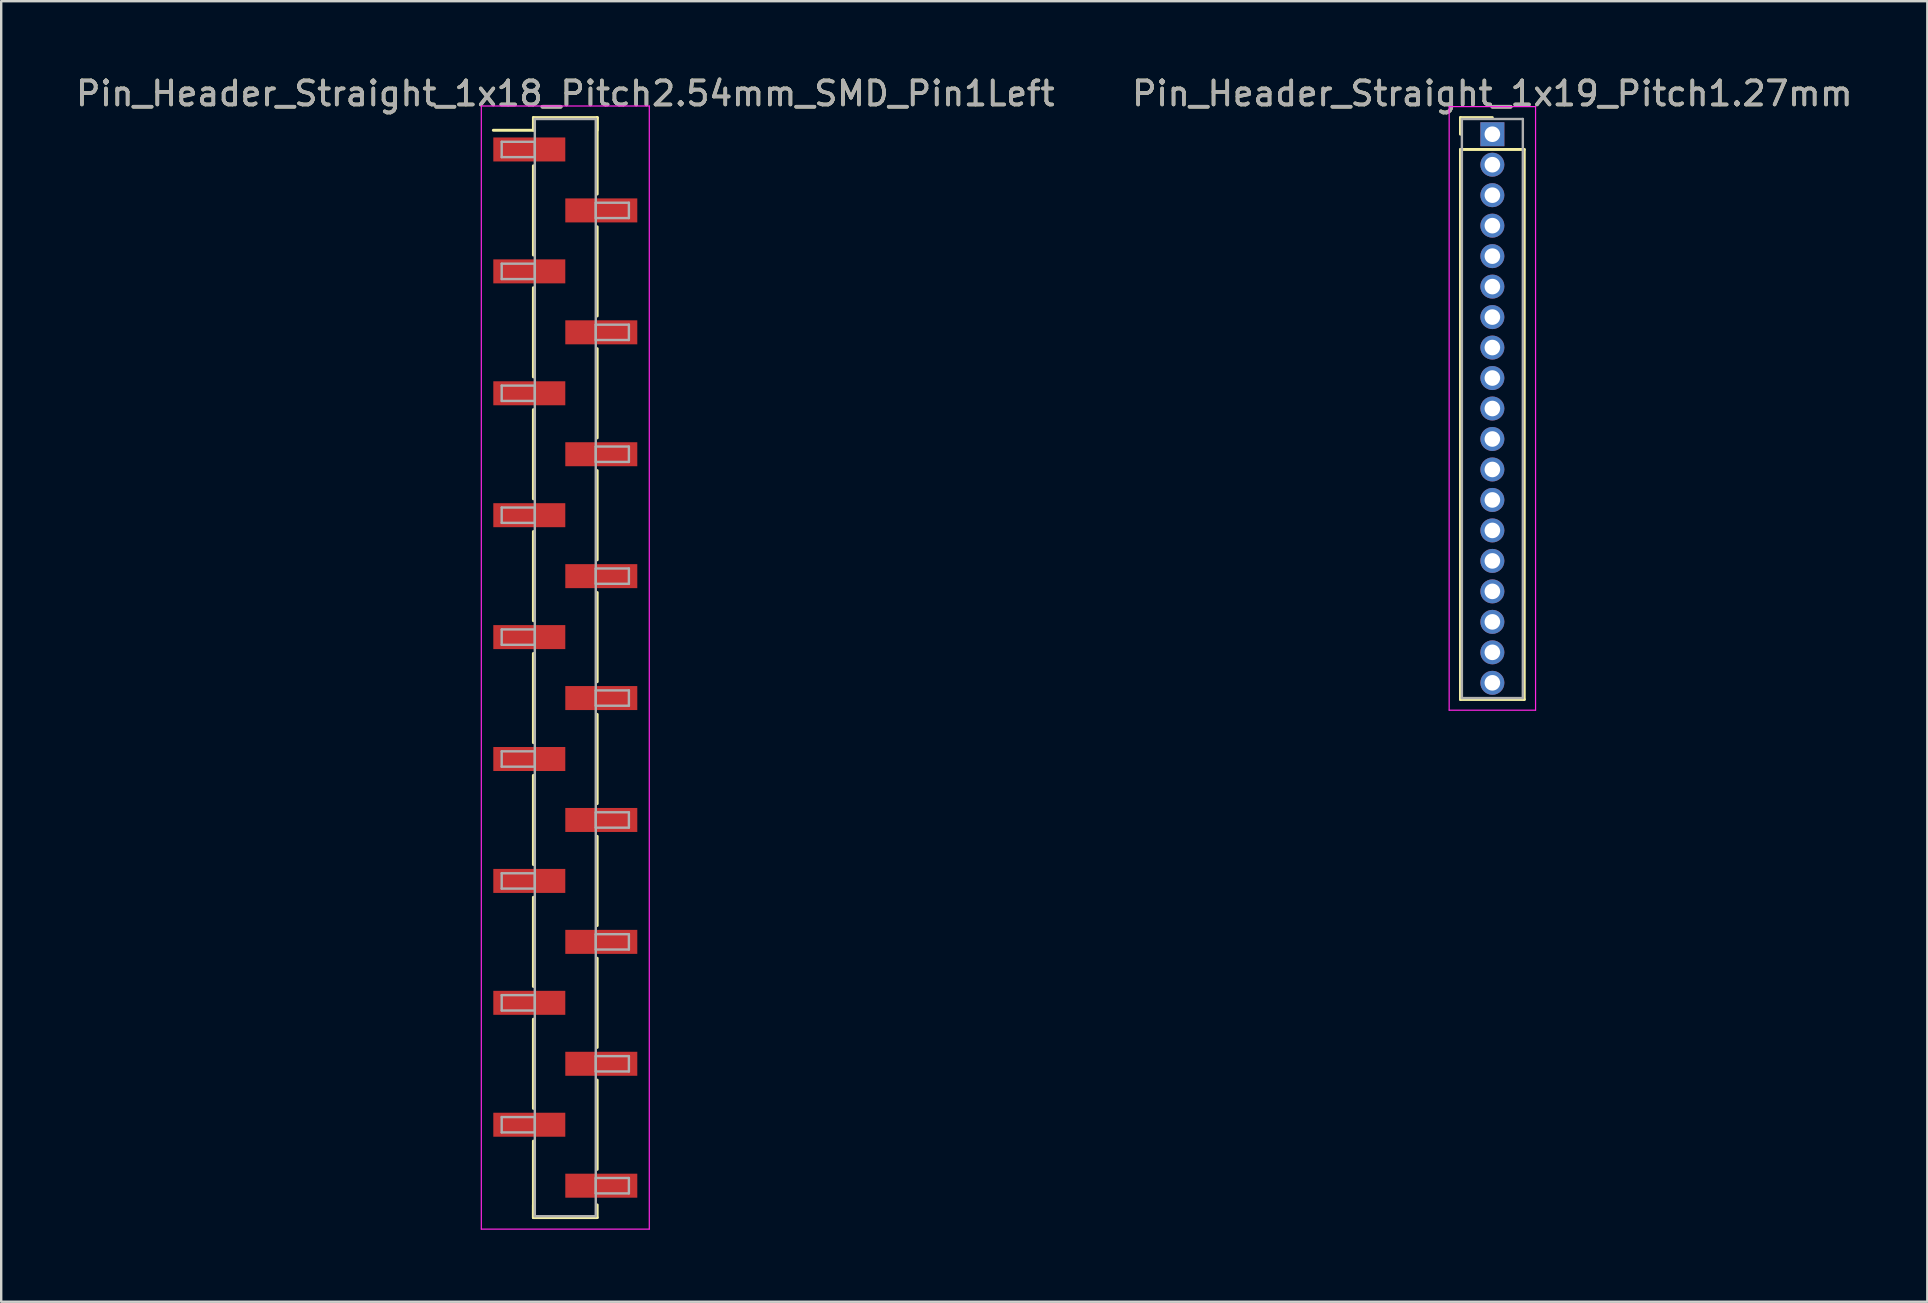
<source format=kicad_pcb>
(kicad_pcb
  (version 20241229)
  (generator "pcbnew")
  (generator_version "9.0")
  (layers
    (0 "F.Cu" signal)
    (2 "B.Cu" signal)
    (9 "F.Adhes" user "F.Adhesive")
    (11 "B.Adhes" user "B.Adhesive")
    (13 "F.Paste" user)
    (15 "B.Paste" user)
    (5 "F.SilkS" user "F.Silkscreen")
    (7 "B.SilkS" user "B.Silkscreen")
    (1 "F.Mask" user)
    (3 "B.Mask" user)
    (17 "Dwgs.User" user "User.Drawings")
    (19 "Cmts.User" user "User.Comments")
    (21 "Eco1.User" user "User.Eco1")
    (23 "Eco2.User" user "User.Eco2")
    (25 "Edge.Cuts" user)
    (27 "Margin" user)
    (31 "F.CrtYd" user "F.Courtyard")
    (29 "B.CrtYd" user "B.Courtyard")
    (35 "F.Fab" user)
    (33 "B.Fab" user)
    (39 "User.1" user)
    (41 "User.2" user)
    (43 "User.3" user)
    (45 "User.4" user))
  (footprint "Pin_Header_Straight_1x18_Pitch2.54mm_SMD_Pin1Left"
    (layer "F.Cu")
    (at 20.506 24.768)
    (property "Reference" "Pin_Header_Straight_1x18_Pitch2.54mm_SMD_Pin1Left" (at 0 -23.92 0) (layer "F.SilkS") (effects (font (size 1 1) (thickness 0.15))))
    (attr smd)
    (fp_line (start -1.33 -22.92) (end 1.33 -22.92) (stroke (width 0.12) (type solid)) (layer "F.SilkS"))
    (fp_line (start -1.33 -22.39) (end -3 -22.39) (stroke (width 0.12) (type solid)) (layer "F.SilkS"))
    (fp_line (start -1.33 -22.39) (end -1.33 -22.92) (stroke (width 0.12) (type solid)) (layer "F.SilkS"))
    (fp_line (start -1.33 -20.91) (end -1.33 -17.19) (stroke (width 0.12) (type solid)) (layer "F.SilkS"))
    (fp_line (start -1.33 -15.83) (end -1.33 -12.11) (stroke (width 0.12) (type solid)) (layer "F.SilkS"))
    (fp_line (start -1.33 -10.75) (end -1.33 -7.03) (stroke (width 0.12) (type solid)) (layer "F.SilkS"))
    (fp_line (start -1.33 -5.67) (end -1.33 -1.95) (stroke (width 0.12) (type solid)) (layer "F.SilkS"))
    (fp_line (start -1.33 -0.59) (end -1.33 3.13) (stroke (width 0.12) (type solid)) (layer "F.SilkS"))
    (fp_line (start -1.33 4.49) (end -1.33 8.21) (stroke (width 0.12) (type solid)) (layer "F.SilkS"))
    (fp_line (start -1.33 9.57) (end -1.33 13.29) (stroke (width 0.12) (type solid)) (layer "F.SilkS"))
    (fp_line (start -1.33 14.65) (end -1.33 18.37) (stroke (width 0.12) (type solid)) (layer "F.SilkS"))
    (fp_line (start -1.33 19.73) (end -1.33 22.92) (stroke (width 0.12) (type solid)) (layer "F.SilkS"))
    (fp_line (start -1.33 22.39) (end -1.33 22.92) (stroke (width 0.12) (type solid)) (layer "F.SilkS"))
    (fp_line (start -1.33 22.92) (end 1.33 22.92) (stroke (width 0.12) (type solid)) (layer "F.SilkS"))
    (fp_line (start 1.33 -22.92) (end 1.33 -22.39) (stroke (width 0.12) (type solid)) (layer "F.SilkS"))
    (fp_line (start 1.33 -22.92) (end 1.33 -19.73) (stroke (width 0.12) (type solid)) (layer "F.SilkS"))
    (fp_line (start 1.33 -18.37) (end 1.33 -14.65) (stroke (width 0.12) (type solid)) (layer "F.SilkS"))
    (fp_line (start 1.33 -13.29) (end 1.33 -9.57) (stroke (width 0.12) (type solid)) (layer "F.SilkS"))
    (fp_line (start 1.33 -8.21) (end 1.33 -4.49) (stroke (width 0.12) (type solid)) (layer "F.SilkS"))
    (fp_line (start 1.33 -3.13) (end 1.33 0.59) (stroke (width 0.12) (type solid)) (layer "F.SilkS"))
    (fp_line (start 1.33 1.95) (end 1.33 5.67) (stroke (width 0.12) (type solid)) (layer "F.SilkS"))
    (fp_line (start 1.33 7.03) (end 1.33 10.75) (stroke (width 0.12) (type solid)) (layer "F.SilkS"))
    (fp_line (start 1.33 12.11) (end 1.33 15.83) (stroke (width 0.12) (type solid)) (layer "F.SilkS"))
    (fp_line (start 1.33 17.19) (end 1.33 20.91) (stroke (width 0.12) (type solid)) (layer "F.SilkS"))
    (fp_line (start 1.33 22.92) (end 1.33 22.39) (stroke (width 0.12) (type solid)) (layer "F.SilkS"))
    (fp_line (start -3.5 -23.4) (end -3.5 23.4) (stroke (width 0.05) (type solid)) (layer "F.CrtYd"))
    (fp_line (start -3.5 23.4) (end 3.5 23.4) (stroke (width 0.05) (type solid)) (layer "F.CrtYd"))
    (fp_line (start 3.5 -23.4) (end -3.5 -23.4) (stroke (width 0.05) (type solid)) (layer "F.CrtYd"))
    (fp_line (start 3.5 23.4) (end 3.5 -23.4) (stroke (width 0.05) (type solid)) (layer "F.CrtYd"))
    (fp_line (start -2.65 -21.91) (end -1.27 -21.91) (stroke (width 0.1) (type solid)) (layer "F.Fab"))
    (fp_line (start -2.65 -21.27) (end -2.65 -21.91) (stroke (width 0.1) (type solid)) (layer "F.Fab"))
    (fp_line (start -2.65 -16.83) (end -1.27 -16.83) (stroke (width 0.1) (type solid)) (layer "F.Fab"))
    (fp_line (start -2.65 -16.19) (end -2.65 -16.83) (stroke (width 0.1) (type solid)) (layer "F.Fab"))
    (fp_line (start -2.65 -11.75) (end -1.27 -11.75) (stroke (width 0.1) (type solid)) (layer "F.Fab"))
    (fp_line (start -2.65 -11.11) (end -2.65 -11.75) (stroke (width 0.1) (type solid)) (layer "F.Fab"))
    (fp_line (start -2.65 -6.67) (end -1.27 -6.67) (stroke (width 0.1) (type solid)) (layer "F.Fab"))
    (fp_line (start -2.65 -6.03) (end -2.65 -6.67) (stroke (width 0.1) (type solid)) (layer "F.Fab"))
    (fp_line (start -2.65 -1.59) (end -1.27 -1.59) (stroke (width 0.1) (type solid)) (layer "F.Fab"))
    (fp_line (start -2.65 -0.95) (end -2.65 -1.59) (stroke (width 0.1) (type solid)) (layer "F.Fab"))
    (fp_line (start -2.65 3.49) (end -1.27 3.49) (stroke (width 0.1) (type solid)) (layer "F.Fab"))
    (fp_line (start -2.65 4.13) (end -2.65 3.49) (stroke (width 0.1) (type solid)) (layer "F.Fab"))
    (fp_line (start -2.65 8.57) (end -1.27 8.57) (stroke (width 0.1) (type solid)) (layer "F.Fab"))
    (fp_line (start -2.65 9.21) (end -2.65 8.57) (stroke (width 0.1) (type solid)) (layer "F.Fab"))
    (fp_line (start -2.65 13.65) (end -1.27 13.65) (stroke (width 0.1) (type solid)) (layer "F.Fab"))
    (fp_line (start -2.65 14.29) (end -2.65 13.65) (stroke (width 0.1) (type solid)) (layer "F.Fab"))
    (fp_line (start -2.65 18.73) (end -1.27 18.73) (stroke (width 0.1) (type solid)) (layer "F.Fab"))
    (fp_line (start -2.65 19.37) (end -2.65 18.73) (stroke (width 0.1) (type solid)) (layer "F.Fab"))
    (fp_line (start -1.27 -22.86) (end -1.27 22.86) (stroke (width 0.1) (type solid)) (layer "F.Fab"))
    (fp_line (start -1.27 -21.91) (end -1.27 -21.27) (stroke (width 0.1) (type solid)) (layer "F.Fab"))
    (fp_line (start -1.27 -21.27) (end -2.65 -21.27) (stroke (width 0.1) (type solid)) (layer "F.Fab"))
    (fp_line (start -1.27 -16.83) (end -1.27 -16.19) (stroke (width 0.1) (type solid)) (layer "F.Fab"))
    (fp_line (start -1.27 -16.19) (end -2.65 -16.19) (stroke (width 0.1) (type solid)) (layer "F.Fab"))
    (fp_line (start -1.27 -11.75) (end -1.27 -11.11) (stroke (width 0.1) (type solid)) (layer "F.Fab"))
    (fp_line (start -1.27 -11.11) (end -2.65 -11.11) (stroke (width 0.1) (type solid)) (layer "F.Fab"))
    (fp_line (start -1.27 -6.67) (end -1.27 -6.03) (stroke (width 0.1) (type solid)) (layer "F.Fab"))
    (fp_line (start -1.27 -6.03) (end -2.65 -6.03) (stroke (width 0.1) (type solid)) (layer "F.Fab"))
    (fp_line (start -1.27 -1.59) (end -1.27 -0.95) (stroke (width 0.1) (type solid)) (layer "F.Fab"))
    (fp_line (start -1.27 -0.95) (end -2.65 -0.95) (stroke (width 0.1) (type solid)) (layer "F.Fab"))
    (fp_line (start -1.27 3.49) (end -1.27 4.13) (stroke (width 0.1) (type solid)) (layer "F.Fab"))
    (fp_line (start -1.27 4.13) (end -2.65 4.13) (stroke (width 0.1) (type solid)) (layer "F.Fab"))
    (fp_line (start -1.27 8.57) (end -1.27 9.21) (stroke (width 0.1) (type solid)) (layer "F.Fab"))
    (fp_line (start -1.27 9.21) (end -2.65 9.21) (stroke (width 0.1) (type solid)) (layer "F.Fab"))
    (fp_line (start -1.27 13.65) (end -1.27 14.29) (stroke (width 0.1) (type solid)) (layer "F.Fab"))
    (fp_line (start -1.27 14.29) (end -2.65 14.29) (stroke (width 0.1) (type solid)) (layer "F.Fab"))
    (fp_line (start -1.27 18.73) (end -1.27 19.37) (stroke (width 0.1) (type solid)) (layer "F.Fab"))
    (fp_line (start -1.27 19.37) (end -2.65 19.37) (stroke (width 0.1) (type solid)) (layer "F.Fab"))
    (fp_line (start -1.27 22.86) (end 1.27 22.86) (stroke (width 0.1) (type solid)) (layer "F.Fab"))
    (fp_line (start 1.27 -22.86) (end -1.27 -22.86) (stroke (width 0.1) (type solid)) (layer "F.Fab"))
    (fp_line (start 1.27 -19.37) (end 1.27 -18.73) (stroke (width 0.1) (type solid)) (layer "F.Fab"))
    (fp_line (start 1.27 -18.73) (end 2.65 -18.73) (stroke (width 0.1) (type solid)) (layer "F.Fab"))
    (fp_line (start 1.27 -14.29) (end 1.27 -13.65) (stroke (width 0.1) (type solid)) (layer "F.Fab"))
    (fp_line (start 1.27 -13.65) (end 2.65 -13.65) (stroke (width 0.1) (type solid)) (layer "F.Fab"))
    (fp_line (start 1.27 -9.21) (end 1.27 -8.57) (stroke (width 0.1) (type solid)) (layer "F.Fab"))
    (fp_line (start 1.27 -8.57) (end 2.65 -8.57) (stroke (width 0.1) (type solid)) (layer "F.Fab"))
    (fp_line (start 1.27 -4.13) (end 1.27 -3.49) (stroke (width 0.1) (type solid)) (layer "F.Fab"))
    (fp_line (start 1.27 -3.49) (end 2.65 -3.49) (stroke (width 0.1) (type solid)) (layer "F.Fab"))
    (fp_line (start 1.27 0.95) (end 1.27 1.59) (stroke (width 0.1) (type solid)) (layer "F.Fab"))
    (fp_line (start 1.27 1.59) (end 2.65 1.59) (stroke (width 0.1) (type solid)) (layer "F.Fab"))
    (fp_line (start 1.27 6.03) (end 1.27 6.67) (stroke (width 0.1) (type solid)) (layer "F.Fab"))
    (fp_line (start 1.27 6.67) (end 2.65 6.67) (stroke (width 0.1) (type solid)) (layer "F.Fab"))
    (fp_line (start 1.27 11.11) (end 1.27 11.75) (stroke (width 0.1) (type solid)) (layer "F.Fab"))
    (fp_line (start 1.27 11.75) (end 2.65 11.75) (stroke (width 0.1) (type solid)) (layer "F.Fab"))
    (fp_line (start 1.27 16.19) (end 1.27 16.83) (stroke (width 0.1) (type solid)) (layer "F.Fab"))
    (fp_line (start 1.27 16.83) (end 2.65 16.83) (stroke (width 0.1) (type solid)) (layer "F.Fab"))
    (fp_line (start 1.27 21.27) (end 1.27 21.91) (stroke (width 0.1) (type solid)) (layer "F.Fab"))
    (fp_line (start 1.27 21.91) (end 2.65 21.91) (stroke (width 0.1) (type solid)) (layer "F.Fab"))
    (fp_line (start 1.27 22.86) (end 1.27 -22.86) (stroke (width 0.1) (type solid)) (layer "F.Fab"))
    (fp_line (start 2.65 -19.37) (end 1.27 -19.37) (stroke (width 0.1) (type solid)) (layer "F.Fab"))
    (fp_line (start 2.65 -18.73) (end 2.65 -19.37) (stroke (width 0.1) (type solid)) (layer "F.Fab"))
    (fp_line (start 2.65 -14.29) (end 1.27 -14.29) (stroke (width 0.1) (type solid)) (layer "F.Fab"))
    (fp_line (start 2.65 -13.65) (end 2.65 -14.29) (stroke (width 0.1) (type solid)) (layer "F.Fab"))
    (fp_line (start 2.65 -9.21) (end 1.27 -9.21) (stroke (width 0.1) (type solid)) (layer "F.Fab"))
    (fp_line (start 2.65 -8.57) (end 2.65 -9.21) (stroke (width 0.1) (type solid)) (layer "F.Fab"))
    (fp_line (start 2.65 -4.13) (end 1.27 -4.13) (stroke (width 0.1) (type solid)) (layer "F.Fab"))
    (fp_line (start 2.65 -3.49) (end 2.65 -4.13) (stroke (width 0.1) (type solid)) (layer "F.Fab"))
    (fp_line (start 2.65 0.95) (end 1.27 0.95) (stroke (width 0.1) (type solid)) (layer "F.Fab"))
    (fp_line (start 2.65 1.59) (end 2.65 0.95) (stroke (width 0.1) (type solid)) (layer "F.Fab"))
    (fp_line (start 2.65 6.03) (end 1.27 6.03) (stroke (width 0.1) (type solid)) (layer "F.Fab"))
    (fp_line (start 2.65 6.67) (end 2.65 6.03) (stroke (width 0.1) (type solid)) (layer "F.Fab"))
    (fp_line (start 2.65 11.11) (end 1.27 11.11) (stroke (width 0.1) (type solid)) (layer "F.Fab"))
    (fp_line (start 2.65 11.75) (end 2.65 11.11) (stroke (width 0.1) (type solid)) (layer "F.Fab"))
    (fp_line (start 2.65 16.19) (end 1.27 16.19) (stroke (width 0.1) (type solid)) (layer "F.Fab"))
    (fp_line (start 2.65 16.83) (end 2.65 16.19) (stroke (width 0.1) (type solid)) (layer "F.Fab"))
    (fp_line (start 2.65 21.27) (end 1.27 21.27) (stroke (width 0.1) (type solid)) (layer "F.Fab"))
    (fp_line (start 2.65 21.91) (end 2.65 21.27) (stroke (width 0.1) (type solid)) (layer "F.Fab"))
    (fp_text user "${REFERENCE}" (at 0 -23.92 0) (layer "F.Fab") (effects (font (size 1 1) (thickness 0.15))))
    (pad "1" smd rect (at -1.5 -21.59) (size 3 1) (layers "F.Cu" "F.Mask" "F.Paste"))
    (pad "2" smd rect (at 1.5 -19.05) (size 3 1) (layers "F.Cu" "F.Mask" "F.Paste"))
    (pad "3" smd rect (at -1.5 -16.51) (size 3 1) (layers "F.Cu" "F.Mask" "F.Paste"))
    (pad "4" smd rect (at 1.5 -13.97) (size 3 1) (layers "F.Cu" "F.Mask" "F.Paste"))
    (pad "5" smd rect (at -1.5 -11.43) (size 3 1) (layers "F.Cu" "F.Mask" "F.Paste"))
    (pad "6" smd rect (at 1.5 -8.89) (size 3 1) (layers "F.Cu" "F.Mask" "F.Paste"))
    (pad "7" smd rect (at -1.5 -6.35) (size 3 1) (layers "F.Cu" "F.Mask" "F.Paste"))
    (pad "8" smd rect (at 1.5 -3.81) (size 3 1) (layers "F.Cu" "F.Mask" "F.Paste"))
    (pad "9" smd rect (at -1.5 -1.27) (size 3 1) (layers "F.Cu" "F.Mask" "F.Paste"))
    (pad "10" smd rect (at 1.5 1.27) (size 3 1) (layers "F.Cu" "F.Mask" "F.Paste"))
    (pad "11" smd rect (at -1.5 3.81) (size 3 1) (layers "F.Cu" "F.Mask" "F.Paste"))
    (pad "12" smd rect (at 1.5 6.35) (size 3 1) (layers "F.Cu" "F.Mask" "F.Paste"))
    (pad "13" smd rect (at -1.5 8.89) (size 3 1) (layers "F.Cu" "F.Mask" "F.Paste"))
    (pad "14" smd rect (at 1.5 11.43) (size 3 1) (layers "F.Cu" "F.Mask" "F.Paste"))
    (pad "15" smd rect (at -1.5 13.97) (size 3 1) (layers "F.Cu" "F.Mask" "F.Paste"))
    (pad "16" smd rect (at 1.5 16.51) (size 3 1) (layers "F.Cu" "F.Mask" "F.Paste"))
    (pad "17" smd rect (at -1.5 19.05) (size 3 1) (layers "F.Cu" "F.Mask" "F.Paste"))
    (pad "18" smd rect (at 1.5 21.59) (size 3 1) (layers "F.Cu" "F.Mask" "F.Paste")))
  (footprint "Pin_Header_Straight_1x19_Pitch1.27mm"
    (layer "F.Cu")
    (at 59.137 2.543)
    (property "Reference" "Pin_Header_Straight_1x19_Pitch1.27mm" (at 0 -1.695 0) (layer "F.SilkS") (effects (font (size 1 1) (thickness 0.15))))
    (attr through_hole)
    (fp_line (start -1.33 -0.695) (end 0 -0.695) (stroke (width 0.12) (type solid)) (layer "F.SilkS"))
    (fp_line (start -1.33 0) (end -1.33 -0.695) (stroke (width 0.12) (type solid)) (layer "F.SilkS"))
    (fp_line (start -1.33 0.635) (end -1.33 23.555) (stroke (width 0.12) (type solid)) (layer "F.SilkS"))
    (fp_line (start -1.33 23.555) (end 1.33 23.555) (stroke (width 0.12) (type solid)) (layer "F.SilkS"))
    (fp_line (start 1.33 0.635) (end -1.33 0.635) (stroke (width 0.12) (type solid)) (layer "F.SilkS"))
    (fp_line (start 1.33 23.555) (end 1.33 0.635) (stroke (width 0.12) (type solid)) (layer "F.SilkS"))
    (fp_line (start -1.8 -1.15) (end -1.8 24) (stroke (width 0.05) (type solid)) (layer "F.CrtYd"))
    (fp_line (start -1.8 24) (end 1.8 24) (stroke (width 0.05) (type solid)) (layer "F.CrtYd"))
    (fp_line (start 1.8 -1.15) (end -1.8 -1.15) (stroke (width 0.05) (type solid)) (layer "F.CrtYd"))
    (fp_line (start 1.8 24) (end 1.8 -1.15) (stroke (width 0.05) (type solid)) (layer "F.CrtYd"))
    (fp_line (start -1.27 -0.635) (end -1.27 23.495) (stroke (width 0.1) (type solid)) (layer "F.Fab"))
    (fp_line (start -1.27 23.495) (end 1.27 23.495) (stroke (width 0.1) (type solid)) (layer "F.Fab"))
    (fp_line (start 1.27 -0.635) (end -1.27 -0.635) (stroke (width 0.1) (type solid)) (layer "F.Fab"))
    (fp_line (start 1.27 23.495) (end 1.27 -0.635) (stroke (width 0.1) (type solid)) (layer "F.Fab"))
    (fp_text user "${REFERENCE}" (at 0 -1.695 0) (layer "F.Fab") (effects (font (size 1 1) (thickness 0.15))))
    (pad "1" thru_hole rect (at 0 0) (size 1 1) (drill 0.65) (layers "*.Cu" "*.Mask"))
    (pad "2" thru_hole oval (at 0 1.27) (size 1 1) (drill 0.65) (layers "*.Cu" "*.Mask"))
    (pad "3" thru_hole oval (at 0 2.54) (size 1 1) (drill 0.65) (layers "*.Cu" "*.Mask"))
    (pad "4" thru_hole oval (at 0 3.81) (size 1 1) (drill 0.65) (layers "*.Cu" "*.Mask"))
    (pad "5" thru_hole oval (at 0 5.08) (size 1 1) (drill 0.65) (layers "*.Cu" "*.Mask"))
    (pad "6" thru_hole oval (at 0 6.35) (size 1 1) (drill 0.65) (layers "*.Cu" "*.Mask"))
    (pad "7" thru_hole oval (at 0 7.62) (size 1 1) (drill 0.65) (layers "*.Cu" "*.Mask"))
    (pad "8" thru_hole oval (at 0 8.89) (size 1 1) (drill 0.65) (layers "*.Cu" "*.Mask"))
    (pad "9" thru_hole oval (at 0 10.16) (size 1 1) (drill 0.65) (layers "*.Cu" "*.Mask"))
    (pad "10" thru_hole oval (at 0 11.43) (size 1 1) (drill 0.65) (layers "*.Cu" "*.Mask"))
    (pad "11" thru_hole oval (at 0 12.7) (size 1 1) (drill 0.65) (layers "*.Cu" "*.Mask"))
    (pad "12" thru_hole oval (at 0 13.97) (size 1 1) (drill 0.65) (layers "*.Cu" "*.Mask"))
    (pad "13" thru_hole oval (at 0 15.24) (size 1 1) (drill 0.65) (layers "*.Cu" "*.Mask"))
    (pad "14" thru_hole oval (at 0 16.51) (size 1 1) (drill 0.65) (layers "*.Cu" "*.Mask"))
    (pad "15" thru_hole oval (at 0 17.78) (size 1 1) (drill 0.65) (layers "*.Cu" "*.Mask"))
    (pad "16" thru_hole oval (at 0 19.05) (size 1 1) (drill 0.65) (layers "*.Cu" "*.Mask"))
    (pad "17" thru_hole oval (at 0 20.32) (size 1 1) (drill 0.65) (layers "*.Cu" "*.Mask"))
    (pad "18" thru_hole oval (at 0 21.59) (size 1 1) (drill 0.65) (layers "*.Cu" "*.Mask"))
    (pad "19" thru_hole oval (at 0 22.86) (size 1 1) (drill 0.65) (layers "*.Cu" "*.Mask")))
  (gr_rect
    (start -3 -3)
    (end 77.262 51.193)
    (stroke (width 0.1) (type default))
    (fill no)
    (layer "Edge.Cuts")))
</source>
